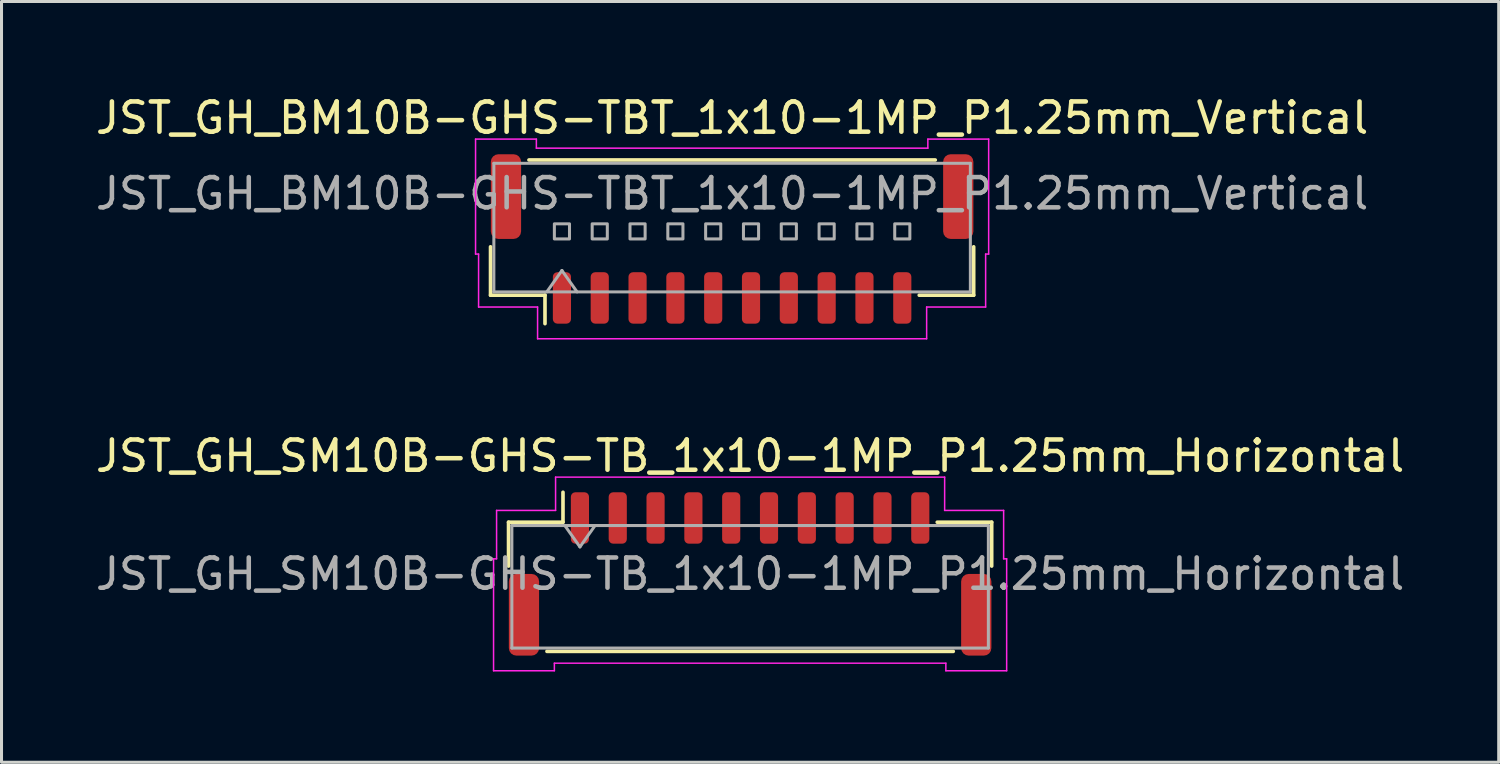
<source format=kicad_pcb>
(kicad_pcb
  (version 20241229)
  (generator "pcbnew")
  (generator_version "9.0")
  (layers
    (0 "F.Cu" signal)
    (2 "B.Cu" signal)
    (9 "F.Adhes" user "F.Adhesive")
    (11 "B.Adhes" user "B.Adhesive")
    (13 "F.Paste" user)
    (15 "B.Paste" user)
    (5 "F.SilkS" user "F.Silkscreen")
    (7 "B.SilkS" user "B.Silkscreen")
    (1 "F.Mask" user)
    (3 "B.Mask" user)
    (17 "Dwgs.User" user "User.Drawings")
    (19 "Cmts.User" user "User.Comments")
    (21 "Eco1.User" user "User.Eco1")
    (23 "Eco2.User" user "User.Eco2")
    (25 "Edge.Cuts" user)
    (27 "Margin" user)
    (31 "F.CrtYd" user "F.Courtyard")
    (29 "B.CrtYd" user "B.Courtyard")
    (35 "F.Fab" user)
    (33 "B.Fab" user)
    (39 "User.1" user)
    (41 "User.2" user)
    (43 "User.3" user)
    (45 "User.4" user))
  (footprint "JST_GH_SM10B-GHS-TB_1x10-1MP_P1.25mm_Horizontal"
    (layer "F.Cu")
    (at 21.744 15.921)
    (property "Reference" "JST_GH_SM10B-GHS-TB_1x10-1MP_P1.25mm_Horizontal" (at 0 -3.9 0) (layer "F.SilkS") (effects (font (size 1 1) (thickness 0.15))))
    (attr smd)
    (fp_line (start -7.985 -1.71) (end -6.185 -1.71) (stroke (width 0.12) (type solid)) (layer "F.SilkS"))
    (fp_line (start -7.985 -0.26) (end -7.985 -1.71) (stroke (width 0.12) (type solid)) (layer "F.SilkS"))
    (fp_line (start -6.715 2.56) (end 6.715 2.56) (stroke (width 0.12) (type solid)) (layer "F.SilkS"))
    (fp_line (start -6.185 -1.71) (end -6.185 -2.7) (stroke (width 0.12) (type solid)) (layer "F.SilkS"))
    (fp_line (start 7.985 -1.71) (end 6.185 -1.71) (stroke (width 0.12) (type solid)) (layer "F.SilkS"))
    (fp_line (start 7.985 -0.26) (end 7.985 -1.71) (stroke (width 0.12) (type solid)) (layer "F.SilkS"))
    (fp_line (start -8.48 -0.5) (end -8.38 -0.5) (stroke (width 0.05) (type solid)) (layer "F.CrtYd"))
    (fp_line (start -8.48 3.2) (end -8.48 -0.5) (stroke (width 0.05) (type solid)) (layer "F.CrtYd"))
    (fp_line (start -8.38 -2.1) (end -6.43 -2.1) (stroke (width 0.05) (type solid)) (layer "F.CrtYd"))
    (fp_line (start -8.38 -0.5) (end -8.38 -2.1) (stroke (width 0.05) (type solid)) (layer "F.CrtYd"))
    (fp_line (start -6.47 2.95) (end -6.47 3.2) (stroke (width 0.05) (type solid)) (layer "F.CrtYd"))
    (fp_line (start -6.47 3.2) (end -8.48 3.2) (stroke (width 0.05) (type solid)) (layer "F.CrtYd"))
    (fp_line (start -6.43 -3.2) (end 6.43 -3.2) (stroke (width 0.05) (type solid)) (layer "F.CrtYd"))
    (fp_line (start -6.43 -2.1) (end -6.43 -3.2) (stroke (width 0.05) (type solid)) (layer "F.CrtYd"))
    (fp_line (start 6.43 -3.2) (end 6.43 -2.1) (stroke (width 0.05) (type solid)) (layer "F.CrtYd"))
    (fp_line (start 6.43 -2.1) (end 8.38 -2.1) (stroke (width 0.05) (type solid)) (layer "F.CrtYd"))
    (fp_line (start 6.47 2.95) (end -6.47 2.95) (stroke (width 0.05) (type solid)) (layer "F.CrtYd"))
    (fp_line (start 6.47 3.2) (end 6.47 2.95) (stroke (width 0.05) (type solid)) (layer "F.CrtYd"))
    (fp_line (start 8.38 -2.1) (end 8.38 -0.5) (stroke (width 0.05) (type solid)) (layer "F.CrtYd"))
    (fp_line (start 8.38 -0.5) (end 8.48 -0.5) (stroke (width 0.05) (type solid)) (layer "F.CrtYd"))
    (fp_line (start 8.48 -0.5) (end 8.48 3.2) (stroke (width 0.05) (type solid)) (layer "F.CrtYd"))
    (fp_line (start 8.48 3.2) (end 6.47 3.2) (stroke (width 0.05) (type solid)) (layer "F.CrtYd"))
    (fp_line (start -7.875 -1.6) (end -7.875 2.45) (stroke (width 0.1) (type solid)) (layer "F.Fab"))
    (fp_line (start -7.875 -1.6) (end 7.875 -1.6) (stroke (width 0.1) (type solid)) (layer "F.Fab"))
    (fp_line (start -7.875 2.45) (end 7.875 2.45) (stroke (width 0.1) (type solid)) (layer "F.Fab"))
    (fp_line (start -6.125 -1.6) (end -5.625 -0.893) (stroke (width 0.1) (type solid)) (layer "F.Fab"))
    (fp_line (start -5.625 -0.893) (end -5.125 -1.6) (stroke (width 0.1) (type solid)) (layer "F.Fab"))
    (fp_line (start 7.875 -1.6) (end 7.875 2.45) (stroke (width 0.1) (type solid)) (layer "F.Fab"))
    (fp_text user "${REFERENCE}" (at 0 0 0) (layer "F.Fab") (effects (font (size 1 1) (thickness 0.15))))
    (pad "1" smd roundrect (at -5.625 -1.85) (size 0.6 1.7) (layers "F.Cu" "F.Mask" "F.Paste") (roundrect_rratio 0.25))
    (pad "2" smd roundrect (at -4.375 -1.85) (size 0.6 1.7) (layers "F.Cu" "F.Mask" "F.Paste") (roundrect_rratio 0.25))
    (pad "3" smd roundrect (at -3.125 -1.85) (size 0.6 1.7) (layers "F.Cu" "F.Mask" "F.Paste") (roundrect_rratio 0.25))
    (pad "4" smd roundrect (at -1.875 -1.85) (size 0.6 1.7) (layers "F.Cu" "F.Mask" "F.Paste") (roundrect_rratio 0.25))
    (pad "5" smd roundrect (at -0.625 -1.85) (size 0.6 1.7) (layers "F.Cu" "F.Mask" "F.Paste") (roundrect_rratio 0.25))
    (pad "6" smd roundrect (at 0.625 -1.85) (size 0.6 1.7) (layers "F.Cu" "F.Mask" "F.Paste") (roundrect_rratio 0.25))
    (pad "7" smd roundrect (at 1.875 -1.85) (size 0.6 1.7) (layers "F.Cu" "F.Mask" "F.Paste") (roundrect_rratio 0.25))
    (pad "8" smd roundrect (at 3.125 -1.85) (size 0.6 1.7) (layers "F.Cu" "F.Mask" "F.Paste") (roundrect_rratio 0.25))
    (pad "9" smd roundrect (at 4.375 -1.85) (size 0.6 1.7) (layers "F.Cu" "F.Mask" "F.Paste") (roundrect_rratio 0.25))
    (pad "10" smd roundrect (at 5.625 -1.85) (size 0.6 1.7) (layers "F.Cu" "F.Mask" "F.Paste") (roundrect_rratio 0.25))
    (pad "MP" smd roundrect (at -7.475 1.35) (size 1 2.7) (layers "F.Cu" "F.Mask" "F.Paste") (roundrect_rratio 0.25))
    (pad "MP" smd roundrect (at 7.475 1.35) (size 1 2.7) (layers "F.Cu" "F.Mask" "F.Paste") (roundrect_rratio 0.25)))
  (footprint "JST_GH_BM10B-GHS-TBT_1x10-1MP_P1.25mm_Vertical"
    (layer "F.Cu")
    (at 21.149 4.848)
    (property "Reference" "JST_GH_BM10B-GHS-TBT_1x10-1MP_P1.25mm_Vertical" (at 0 -4 0) (layer "F.SilkS") (effects (font (size 1 1) (thickness 0.15))))
    (attr smd)
    (fp_line (start -7.985 0.26) (end -7.985 1.86) (stroke (width 0.12) (type solid)) (layer "F.SilkS"))
    (fp_line (start -7.985 1.86) (end -6.185 1.86) (stroke (width 0.12) (type solid)) (layer "F.SilkS"))
    (fp_line (start -6.715 -2.61) (end 6.715 -2.61) (stroke (width 0.12) (type solid)) (layer "F.SilkS"))
    (fp_line (start -6.185 1.86) (end -6.185 2.8) (stroke (width 0.12) (type solid)) (layer "F.SilkS"))
    (fp_line (start 7.985 0.26) (end 7.985 1.86) (stroke (width 0.12) (type solid)) (layer "F.SilkS"))
    (fp_line (start 7.985 1.86) (end 6.185 1.86) (stroke (width 0.12) (type solid)) (layer "F.SilkS"))
    (fp_line (start -8.48 -3.3) (end -6.47 -3.3) (stroke (width 0.05) (type solid)) (layer "F.CrtYd"))
    (fp_line (start -8.48 0.5) (end -8.48 -3.3) (stroke (width 0.05) (type solid)) (layer "F.CrtYd"))
    (fp_line (start -8.38 0.5) (end -8.48 0.5) (stroke (width 0.05) (type solid)) (layer "F.CrtYd"))
    (fp_line (start -8.38 2.25) (end -8.38 0.5) (stroke (width 0.05) (type solid)) (layer "F.CrtYd"))
    (fp_line (start -6.47 -3.3) (end -6.47 -3) (stroke (width 0.05) (type solid)) (layer "F.CrtYd"))
    (fp_line (start -6.47 -3) (end 6.47 -3) (stroke (width 0.05) (type solid)) (layer "F.CrtYd"))
    (fp_line (start -6.43 2.25) (end -8.38 2.25) (stroke (width 0.05) (type solid)) (layer "F.CrtYd"))
    (fp_line (start -6.43 3.3) (end -6.43 2.25) (stroke (width 0.05) (type solid)) (layer "F.CrtYd"))
    (fp_line (start 6.43 2.25) (end 6.43 3.3) (stroke (width 0.05) (type solid)) (layer "F.CrtYd"))
    (fp_line (start 6.43 3.3) (end -6.43 3.3) (stroke (width 0.05) (type solid)) (layer "F.CrtYd"))
    (fp_line (start 6.47 -3.3) (end 8.48 -3.3) (stroke (width 0.05) (type solid)) (layer "F.CrtYd"))
    (fp_line (start 6.47 -3) (end 6.47 -3.3) (stroke (width 0.05) (type solid)) (layer "F.CrtYd"))
    (fp_line (start 8.38 0.5) (end 8.38 2.25) (stroke (width 0.05) (type solid)) (layer "F.CrtYd"))
    (fp_line (start 8.38 2.25) (end 6.43 2.25) (stroke (width 0.05) (type solid)) (layer "F.CrtYd"))
    (fp_line (start 8.48 -3.3) (end 8.48 0.5) (stroke (width 0.05) (type solid)) (layer "F.CrtYd"))
    (fp_line (start 8.48 0.5) (end 8.38 0.5) (stroke (width 0.05) (type solid)) (layer "F.CrtYd"))
    (fp_line (start -7.875 -2.5) (end 7.875 -2.5) (stroke (width 0.1) (type solid)) (layer "F.Fab"))
    (fp_line (start -7.875 1.75) (end -7.875 -2.5) (stroke (width 0.1) (type solid)) (layer "F.Fab"))
    (fp_line (start -7.875 1.75) (end 7.875 1.75) (stroke (width 0.1) (type solid)) (layer "F.Fab"))
    (fp_line (start -6.125 1.75) (end -5.625 1.043) (stroke (width 0.1) (type solid)) (layer "F.Fab"))
    (fp_line (start -5.625 1.043) (end -5.125 1.75) (stroke (width 0.1) (type solid)) (layer "F.Fab"))
    (fp_line (start 7.875 1.75) (end 7.875 -2.5) (stroke (width 0.1) (type solid)) (layer "F.Fab"))
    (fp_rect (start -5.875 -0.5) (end -5.375 0) (stroke (width 0.1) (type solid)) (fill no) (layer "F.Fab"))
    (fp_rect (start -4.625 -0.5) (end -4.125 0) (stroke (width 0.1) (type solid)) (fill no) (layer "F.Fab"))
    (fp_rect (start -3.375 -0.5) (end -2.875 0) (stroke (width 0.1) (type solid)) (fill no) (layer "F.Fab"))
    (fp_rect (start -2.125 -0.5) (end -1.625 0) (stroke (width 0.1) (type solid)) (fill no) (layer "F.Fab"))
    (fp_rect (start -0.875 -0.5) (end -0.375 0) (stroke (width 0.1) (type solid)) (fill no) (layer "F.Fab"))
    (fp_rect (start 0.375 -0.5) (end 0.875 0) (stroke (width 0.1) (type solid)) (fill no) (layer "F.Fab"))
    (fp_rect (start 1.625 -0.5) (end 2.125 0) (stroke (width 0.1) (type solid)) (fill no) (layer "F.Fab"))
    (fp_rect (start 2.875 -0.5) (end 3.375 0) (stroke (width 0.1) (type solid)) (fill no) (layer "F.Fab"))
    (fp_rect (start 4.125 -0.5) (end 4.625 0) (stroke (width 0.1) (type solid)) (fill no) (layer "F.Fab"))
    (fp_rect (start 5.375 -0.5) (end 5.875 0) (stroke (width 0.1) (type solid)) (fill no) (layer "F.Fab"))
    (fp_text user "${REFERENCE}" (at 0 -1.5 0) (layer "F.Fab") (effects (font (size 1 1) (thickness 0.15))))
    (pad "1" smd roundrect (at -5.625 1.95) (size 0.6 1.7) (layers "F.Cu" "F.Mask" "F.Paste") (roundrect_rratio 0.25))
    (pad "2" smd roundrect (at -4.375 1.95) (size 0.6 1.7) (layers "F.Cu" "F.Mask" "F.Paste") (roundrect_rratio 0.25))
    (pad "3" smd roundrect (at -3.125 1.95) (size 0.6 1.7) (layers "F.Cu" "F.Mask" "F.Paste") (roundrect_rratio 0.25))
    (pad "4" smd roundrect (at -1.875 1.95) (size 0.6 1.7) (layers "F.Cu" "F.Mask" "F.Paste") (roundrect_rratio 0.25))
    (pad "5" smd roundrect (at -0.625 1.95) (size 0.6 1.7) (layers "F.Cu" "F.Mask" "F.Paste") (roundrect_rratio 0.25))
    (pad "6" smd roundrect (at 0.625 1.95) (size 0.6 1.7) (layers "F.Cu" "F.Mask" "F.Paste") (roundrect_rratio 0.25))
    (pad "7" smd roundrect (at 1.875 1.95) (size 0.6 1.7) (layers "F.Cu" "F.Mask" "F.Paste") (roundrect_rratio 0.25))
    (pad "8" smd roundrect (at 3.125 1.95) (size 0.6 1.7) (layers "F.Cu" "F.Mask" "F.Paste") (roundrect_rratio 0.25))
    (pad "9" smd roundrect (at 4.375 1.95) (size 0.6 1.7) (layers "F.Cu" "F.Mask" "F.Paste") (roundrect_rratio 0.25))
    (pad "10" smd roundrect (at 5.625 1.95) (size 0.6 1.7) (layers "F.Cu" "F.Mask" "F.Paste") (roundrect_rratio 0.25))
    (pad "MP" smd roundrect (at -7.475 -1.4) (size 1 2.8) (layers "F.Cu" "F.Mask" "F.Paste") (roundrect_rratio 0.25))
    (pad "MP" smd roundrect (at 7.475 -1.4) (size 1 2.8) (layers "F.Cu" "F.Mask" "F.Paste") (roundrect_rratio 0.25)))
  (gr_rect
    (start -3 -3)
    (end 46.488 22.146)
    (stroke (width 0.1) (type default))
    (fill no)
    (layer "Edge.Cuts")))
</source>
